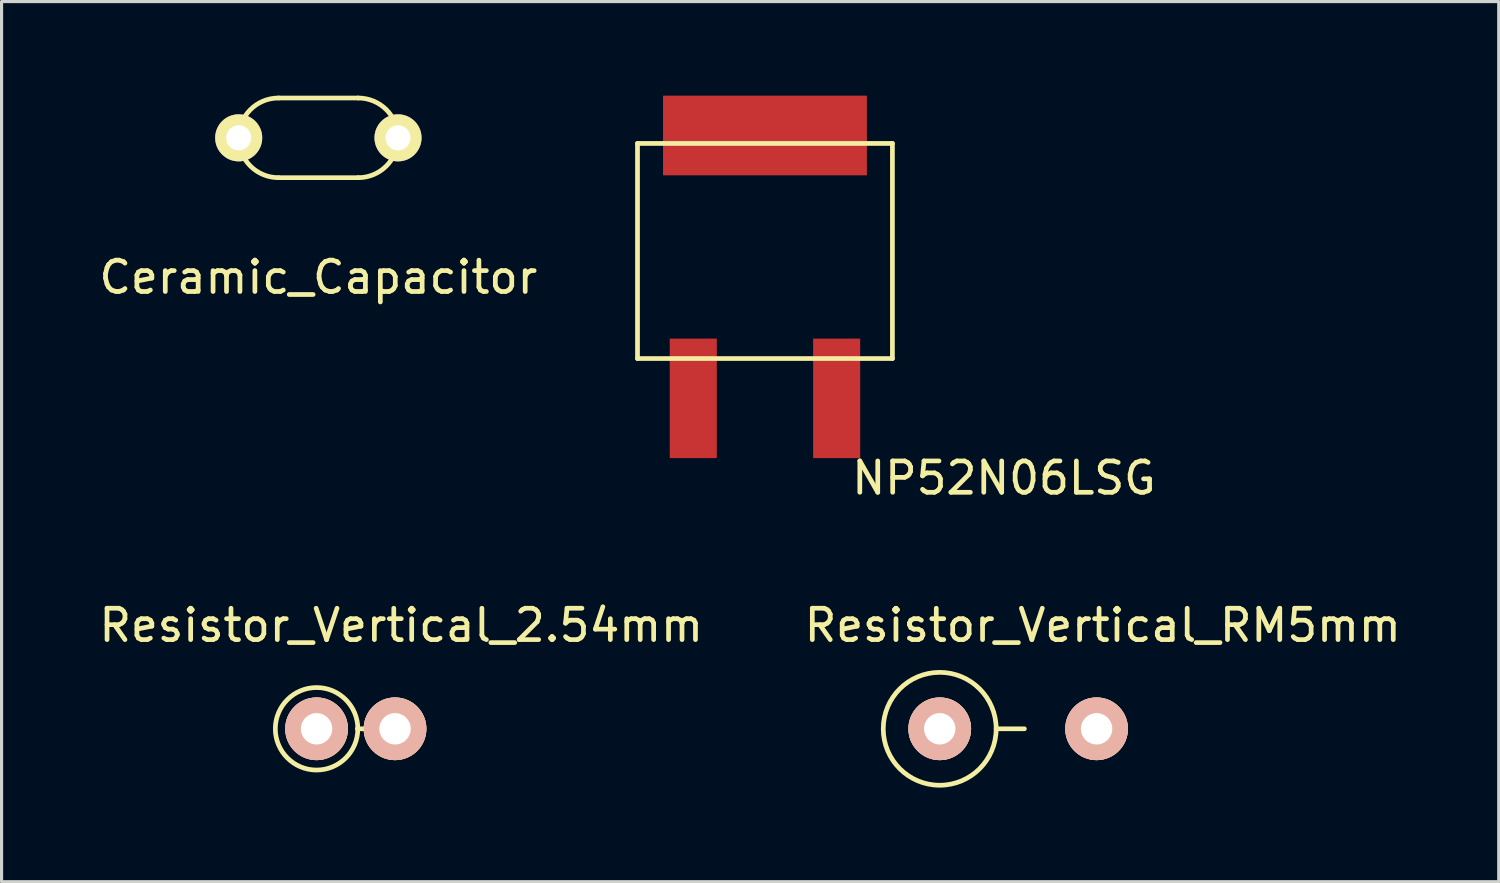
<source format=kicad_pcb>
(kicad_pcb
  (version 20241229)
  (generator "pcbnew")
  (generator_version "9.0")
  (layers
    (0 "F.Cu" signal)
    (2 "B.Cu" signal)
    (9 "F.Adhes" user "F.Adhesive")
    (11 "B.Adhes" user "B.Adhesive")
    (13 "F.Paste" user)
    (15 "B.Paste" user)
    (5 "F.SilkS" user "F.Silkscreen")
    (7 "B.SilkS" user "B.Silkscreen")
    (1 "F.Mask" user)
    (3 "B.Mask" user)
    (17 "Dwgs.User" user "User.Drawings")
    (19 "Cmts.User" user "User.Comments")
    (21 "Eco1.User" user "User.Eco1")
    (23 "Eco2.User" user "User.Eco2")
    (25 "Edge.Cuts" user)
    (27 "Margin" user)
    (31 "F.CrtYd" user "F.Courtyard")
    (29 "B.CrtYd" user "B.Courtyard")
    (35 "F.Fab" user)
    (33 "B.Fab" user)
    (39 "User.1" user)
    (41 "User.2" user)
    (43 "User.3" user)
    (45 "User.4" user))
  (footprint "Ceramic_Capacitor"
    (layer "F.Cu")
    (at 4.561 1.345)
    (property "Reference" "Ceramic_Capacitor" (at 2.54 4.445 0) (layer "F.SilkS") (effects (font (size 1 1) (thickness 0.15))))
    (attr through_hole)
    (fp_line (start 1.27 -1.27) (end 3.81 -1.27) (stroke (width 0.15) (type solid)) (layer "F.SilkS"))
    (fp_line (start 3.81 1.27) (end 1.27 1.27) (stroke (width 0.15) (type solid)) (layer "F.SilkS"))
    (fp_arc (start 0 0) (mid 0.371974 -0.898026) (end 1.27 -1.27) (stroke (width 0.15) (type solid)) (layer "F.SilkS"))
    (fp_arc (start 1.27 1.27) (mid 0.371974 0.898026) (end 0 0) (stroke (width 0.15) (type solid)) (layer "F.SilkS"))
    (fp_arc (start 3.81 -1.27) (mid 4.708026 -0.898026) (end 5.08 0) (stroke (width 0.15) (type solid)) (layer "F.SilkS"))
    (fp_arc (start 5.08 0) (mid 4.708026 0.898026) (end 3.81 1.27) (stroke (width 0.15) (type solid)) (layer "F.SilkS"))
    (pad "1" thru_hole circle (at 0 0) (size 1.5 1.5) (drill 0.8) (layers "*.Cu" "*.Mask" "F.SilkS"))
    (pad "2" thru_hole circle (at 5.08 0) (size 1.5 1.5) (drill 0.8) (layers "*.Cu" "*.Mask" "F.SilkS")))
  (footprint "Resistor_Vertical_RM5mm"
    (layer "F.Cu")
    (at 29.413 20.188)
    (property "Reference" "Resistor_Vertical_RM5mm" (at 2.7 -3.299 0) (layer "F.SilkS") (effects (font (size 1 1) (thickness 0.15))))
    (attr through_hole)
    (fp_line (start -0.7 0) (end 0.2 0) (stroke (width 0.15) (type solid)) (layer "F.SilkS"))
    (fp_circle (center -2.5 0) (end -0.7 0) (stroke (width 0.15) (type solid)) (fill no) (layer "F.SilkS"))
    (pad "1" thru_hole circle (at -2.499 0) (size 1.999 1.999) (drill 1.001) (layers "*.Cu" "*.SilkS" "*.Mask"))
    (pad "2" thru_hole circle (at 2.502 0) (size 1.999 1.999) (drill 1.001) (layers "*.Cu" "*.SilkS" "*.Mask")))
  (footprint "Resistor_Vertical_2.54mm"
    (layer "F.Cu")
    (at 7.044 20.188)
    (property "Reference" "Resistor_Vertical_2.54mm" (at 2.7 -3.299 0) (layer "F.SilkS") (effects (font (size 1 1) (thickness 0.15))))
    (attr through_hole)
    (fp_line (start 1.3 0) (end 1.8 0) (stroke (width 0.15) (type solid)) (layer "F.SilkS"))
    (fp_circle (center 0 0) (end 1.3 0.2) (stroke (width 0.15) (type solid)) (fill no) (layer "F.SilkS"))
    (pad "1" thru_hole circle (at 0 0) (size 1.999 1.999) (drill 1.001) (layers "*.Cu" "*.SilkS" "*.Mask"))
    (pad "2" thru_hole circle (at 2.502 0) (size 1.999 1.999) (drill 1.001) (layers "*.Cu" "*.SilkS" "*.Mask")))
  (footprint "NP52N06LSG"
    (layer "F.Cu")
    (at 21.341 9.652)
    (property "Reference" "NP52N06LSG" (at 7.62 2.54 0) (layer "F.SilkS") (effects (font (size 1 1) (thickness 0.15))))
    (attr through_hole)
    (fp_line (start -4.064 -8.128) (end -4.064 -1.27) (stroke (width 0.15) (type solid)) (layer "F.SilkS"))
    (fp_line (start -4.064 -8.128) (end 4.064 -8.128) (stroke (width 0.15) (type solid)) (layer "F.SilkS"))
    (fp_line (start 4.064 -8.128) (end 4.064 -1.27) (stroke (width 0.15) (type solid)) (layer "F.SilkS"))
    (fp_line (start 4.064 -1.27) (end -4.064 -1.27) (stroke (width 0.15) (type solid)) (layer "F.SilkS"))
    (pad "1" smd rect (at -2.286 0) (size 1.5 3.81) (layers "F.Cu" "F.Mask" "F.Paste"))
    (pad "2" smd rect (at 0 -8.382) (size 6.5 2.54) (layers "F.Cu" "F.Mask" "F.Paste"))
    (pad "3" smd rect (at 2.286 0) (size 1.5 3.81) (layers "F.Cu" "F.Mask" "F.Paste")))
  (gr_rect
    (start -3 -3)
    (end 44.738 25.063)
    (stroke (width 0.1) (type default))
    (fill no)
    (layer "Edge.Cuts")))
</source>
